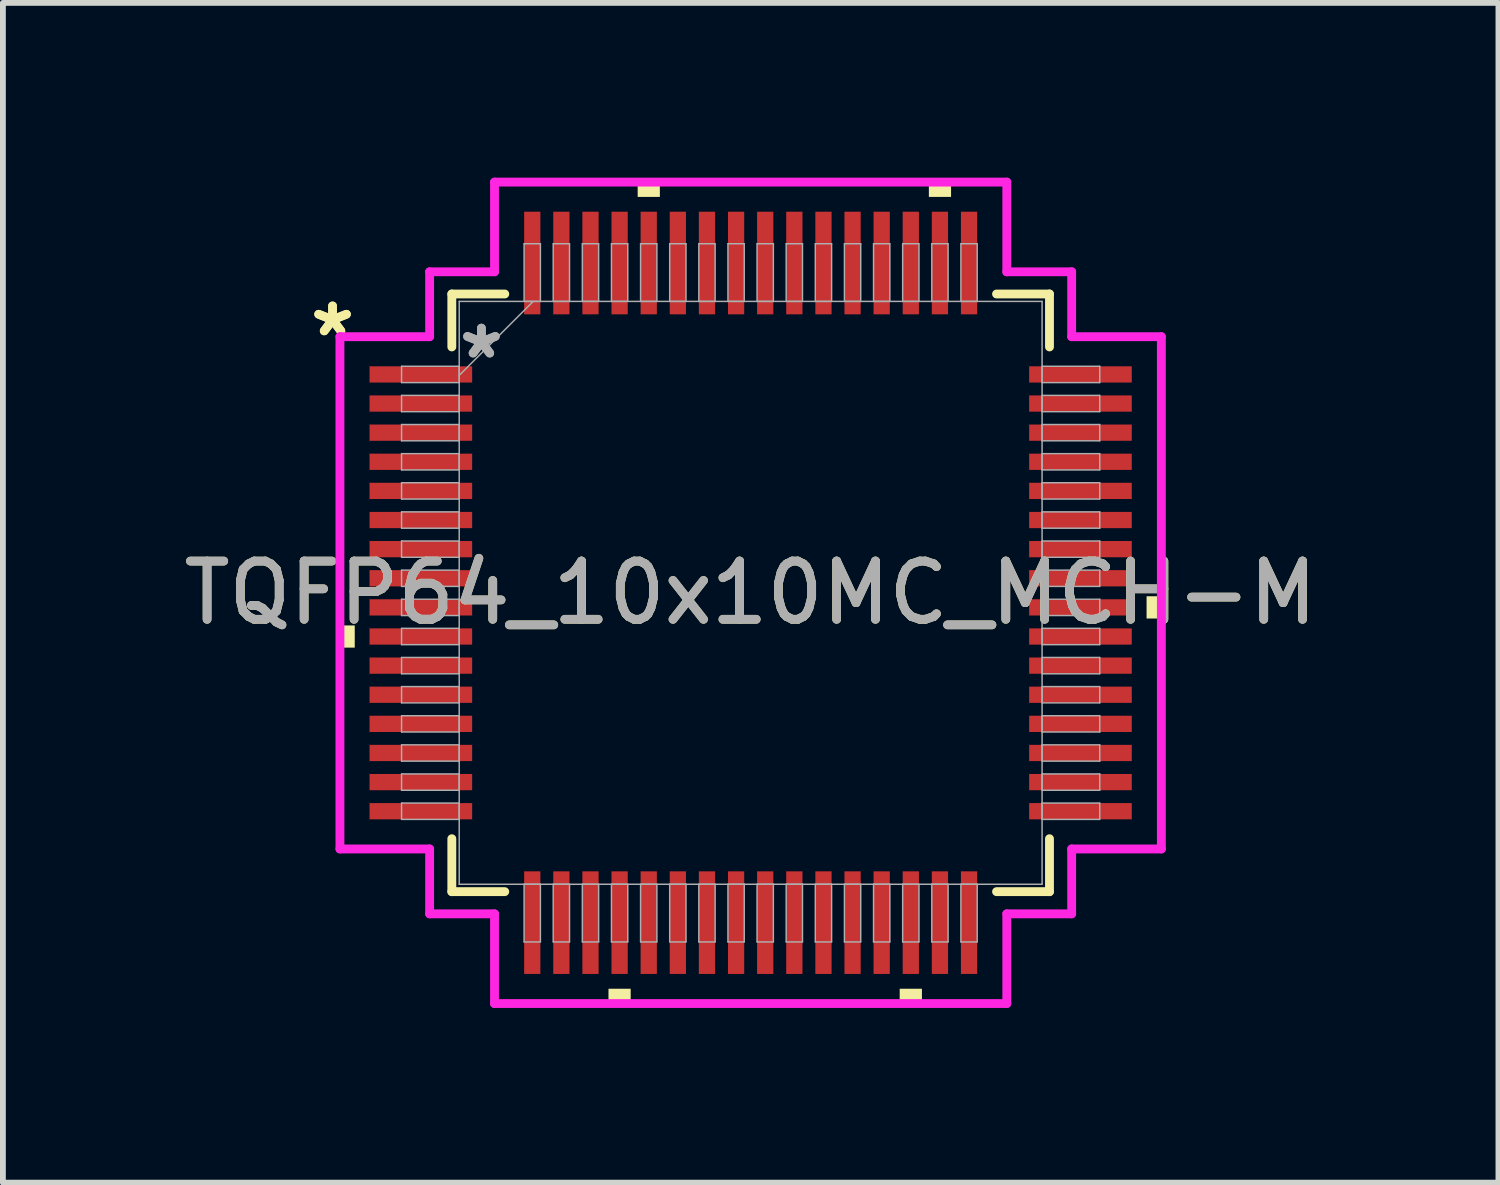
<source format=kicad_pcb>
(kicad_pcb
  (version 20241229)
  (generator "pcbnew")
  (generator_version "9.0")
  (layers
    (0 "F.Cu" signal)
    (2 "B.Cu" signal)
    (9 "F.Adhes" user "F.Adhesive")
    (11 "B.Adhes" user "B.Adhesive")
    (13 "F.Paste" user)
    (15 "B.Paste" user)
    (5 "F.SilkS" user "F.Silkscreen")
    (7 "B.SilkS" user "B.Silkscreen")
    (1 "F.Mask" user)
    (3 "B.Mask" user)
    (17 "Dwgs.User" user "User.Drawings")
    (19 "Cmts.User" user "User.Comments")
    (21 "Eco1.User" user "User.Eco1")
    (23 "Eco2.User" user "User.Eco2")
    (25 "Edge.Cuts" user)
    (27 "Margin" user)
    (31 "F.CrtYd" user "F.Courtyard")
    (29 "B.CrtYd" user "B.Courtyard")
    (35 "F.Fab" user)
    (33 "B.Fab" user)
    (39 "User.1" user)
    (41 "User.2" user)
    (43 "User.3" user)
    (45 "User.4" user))
  (footprint "TQFP64_10x10MC_MCH-M"
    (layer "F.Cu")
    (at 9.839 7.129)
    (property "Reference" "TQFP64_10x10MC_MCH-M" (at 0 0 0) (unlocked yes) (layer "F.SilkS") (effects (font (size 1 1) (thickness 0.15))))
    (attr smd)
    (fp_line (start -5.131 -5.131) (end -5.131 -4.222) (stroke (width 0.152) (type solid)) (layer "F.SilkS"))
    (fp_line (start -5.131 4.222) (end -5.131 5.131) (stroke (width 0.152) (type solid)) (layer "F.SilkS"))
    (fp_line (start -5.131 5.131) (end -4.222 5.131) (stroke (width 0.152) (type solid)) (layer "F.SilkS"))
    (fp_line (start -4.222 -5.131) (end -5.131 -5.131) (stroke (width 0.152) (type solid)) (layer "F.SilkS"))
    (fp_line (start 4.222 5.131) (end 5.131 5.131) (stroke (width 0.152) (type solid)) (layer "F.SilkS"))
    (fp_line (start 5.131 -5.131) (end 4.222 -5.131) (stroke (width 0.152) (type solid)) (layer "F.SilkS"))
    (fp_line (start 5.131 -4.222) (end 5.131 -5.131) (stroke (width 0.152) (type solid)) (layer "F.SilkS"))
    (fp_line (start 5.131 5.131) (end 5.131 4.222) (stroke (width 0.152) (type solid)) (layer "F.SilkS"))
    (fp_poly (pts (xy -7.052 0.56) (xy -7.052 0.941) (xy -6.798 0.941) (xy -6.798 0.56)) (stroke (width 0) (type solid)) (fill yes) (layer "F.SilkS"))
    (fp_poly (pts (xy -2.441 6.798) (xy -2.441 7.052) (xy -2.06 7.052) (xy -2.06 6.798)) (stroke (width 0) (type solid)) (fill yes) (layer "F.SilkS"))
    (fp_poly (pts (xy -1.94 -6.798) (xy -1.94 -7.052) (xy -1.559 -7.052) (xy -1.559 -6.798)) (stroke (width 0) (type solid)) (fill yes) (layer "F.SilkS"))
    (fp_poly (pts (xy 2.559 6.798) (xy 2.559 7.052) (xy 2.941 7.052) (xy 2.941 6.798)) (stroke (width 0) (type solid)) (fill yes) (layer "F.SilkS"))
    (fp_poly (pts (xy 3.06 -6.798) (xy 3.06 -7.052) (xy 3.441 -7.052) (xy 3.441 -6.798)) (stroke (width 0) (type solid)) (fill yes) (layer "F.SilkS"))
    (fp_poly (pts (xy 7.052 0.059) (xy 7.052 0.441) (xy 6.798 0.441) (xy 6.798 0.059)) (stroke (width 0) (type solid)) (fill yes) (layer "F.SilkS"))
    (fp_line (start -7.052 -4.398) (end -5.512 -4.398) (stroke (width 0.152) (type solid)) (layer "F.CrtYd"))
    (fp_line (start -7.052 4.398) (end -7.052 -4.398) (stroke (width 0.152) (type solid)) (layer "F.CrtYd"))
    (fp_line (start -5.512 -5.512) (end -4.398 -5.512) (stroke (width 0.152) (type solid)) (layer "F.CrtYd"))
    (fp_line (start -5.512 -4.398) (end -5.512 -5.512) (stroke (width 0.152) (type solid)) (layer "F.CrtYd"))
    (fp_line (start -5.512 4.398) (end -7.052 4.398) (stroke (width 0.152) (type solid)) (layer "F.CrtYd"))
    (fp_line (start -5.512 5.512) (end -5.512 4.398) (stroke (width 0.152) (type solid)) (layer "F.CrtYd"))
    (fp_line (start -5.512 5.512) (end -4.398 5.512) (stroke (width 0.152) (type solid)) (layer "F.CrtYd"))
    (fp_line (start -4.398 -7.052) (end 4.398 -7.052) (stroke (width 0.152) (type solid)) (layer "F.CrtYd"))
    (fp_line (start -4.398 -5.512) (end -4.398 -7.052) (stroke (width 0.152) (type solid)) (layer "F.CrtYd"))
    (fp_line (start -4.398 5.512) (end -4.398 7.052) (stroke (width 0.152) (type solid)) (layer "F.CrtYd"))
    (fp_line (start -4.398 7.052) (end 4.398 7.052) (stroke (width 0.152) (type solid)) (layer "F.CrtYd"))
    (fp_line (start 4.398 -7.052) (end 4.398 -5.512) (stroke (width 0.152) (type solid)) (layer "F.CrtYd"))
    (fp_line (start 4.398 -5.512) (end 5.512 -5.512) (stroke (width 0.152) (type solid)) (layer "F.CrtYd"))
    (fp_line (start 4.398 5.512) (end 5.512 5.512) (stroke (width 0.152) (type solid)) (layer "F.CrtYd"))
    (fp_line (start 4.398 7.052) (end 4.398 5.512) (stroke (width 0.152) (type solid)) (layer "F.CrtYd"))
    (fp_line (start 5.512 -4.398) (end 5.512 -5.512) (stroke (width 0.152) (type solid)) (layer "F.CrtYd"))
    (fp_line (start 5.512 4.398) (end 7.052 4.398) (stroke (width 0.152) (type solid)) (layer "F.CrtYd"))
    (fp_line (start 5.512 5.512) (end 5.512 4.398) (stroke (width 0.152) (type solid)) (layer "F.CrtYd"))
    (fp_line (start 7.052 -4.398) (end 5.512 -4.398) (stroke (width 0.152) (type solid)) (layer "F.CrtYd"))
    (fp_line (start 7.052 4.398) (end 7.052 -4.398) (stroke (width 0.152) (type solid)) (layer "F.CrtYd"))
    (fp_line (start -5.994 -3.89) (end -5.994 -3.61) (stroke (width 0.025) (type solid)) (layer "F.Fab"))
    (fp_line (start -5.994 -3.61) (end -5.004 -3.61) (stroke (width 0.025) (type solid)) (layer "F.Fab"))
    (fp_line (start -5.994 -3.39) (end -5.994 -3.11) (stroke (width 0.025) (type solid)) (layer "F.Fab"))
    (fp_line (start -5.994 -3.11) (end -5.004 -3.11) (stroke (width 0.025) (type solid)) (layer "F.Fab"))
    (fp_line (start -5.994 -2.89) (end -5.994 -2.61) (stroke (width 0.025) (type solid)) (layer "F.Fab"))
    (fp_line (start -5.994 -2.61) (end -5.004 -2.61) (stroke (width 0.025) (type solid)) (layer "F.Fab"))
    (fp_line (start -5.994 -2.39) (end -5.994 -2.11) (stroke (width 0.025) (type solid)) (layer "F.Fab"))
    (fp_line (start -5.994 -2.11) (end -5.004 -2.11) (stroke (width 0.025) (type solid)) (layer "F.Fab"))
    (fp_line (start -5.994 -1.89) (end -5.994 -1.61) (stroke (width 0.025) (type solid)) (layer "F.Fab"))
    (fp_line (start -5.994 -1.61) (end -5.004 -1.61) (stroke (width 0.025) (type solid)) (layer "F.Fab"))
    (fp_line (start -5.994 -1.39) (end -5.994 -1.11) (stroke (width 0.025) (type solid)) (layer "F.Fab"))
    (fp_line (start -5.994 -1.11) (end -5.004 -1.11) (stroke (width 0.025) (type solid)) (layer "F.Fab"))
    (fp_line (start -5.994 -0.89) (end -5.994 -0.61) (stroke (width 0.025) (type solid)) (layer "F.Fab"))
    (fp_line (start -5.994 -0.61) (end -5.004 -0.61) (stroke (width 0.025) (type solid)) (layer "F.Fab"))
    (fp_line (start -5.994 -0.39) (end -5.994 -0.11) (stroke (width 0.025) (type solid)) (layer "F.Fab"))
    (fp_line (start -5.994 -0.11) (end -5.004 -0.11) (stroke (width 0.025) (type solid)) (layer "F.Fab"))
    (fp_line (start -5.994 0.11) (end -5.994 0.39) (stroke (width 0.025) (type solid)) (layer "F.Fab"))
    (fp_line (start -5.994 0.39) (end -5.004 0.39) (stroke (width 0.025) (type solid)) (layer "F.Fab"))
    (fp_line (start -5.994 0.61) (end -5.994 0.89) (stroke (width 0.025) (type solid)) (layer "F.Fab"))
    (fp_line (start -5.994 0.89) (end -5.004 0.89) (stroke (width 0.025) (type solid)) (layer "F.Fab"))
    (fp_line (start -5.994 1.11) (end -5.994 1.39) (stroke (width 0.025) (type solid)) (layer "F.Fab"))
    (fp_line (start -5.994 1.39) (end -5.004 1.39) (stroke (width 0.025) (type solid)) (layer "F.Fab"))
    (fp_line (start -5.994 1.61) (end -5.994 1.89) (stroke (width 0.025) (type solid)) (layer "F.Fab"))
    (fp_line (start -5.994 1.89) (end -5.004 1.89) (stroke (width 0.025) (type solid)) (layer "F.Fab"))
    (fp_line (start -5.994 2.11) (end -5.994 2.39) (stroke (width 0.025) (type solid)) (layer "F.Fab"))
    (fp_line (start -5.994 2.39) (end -5.004 2.39) (stroke (width 0.025) (type solid)) (layer "F.Fab"))
    (fp_line (start -5.994 2.61) (end -5.994 2.89) (stroke (width 0.025) (type solid)) (layer "F.Fab"))
    (fp_line (start -5.994 2.89) (end -5.004 2.89) (stroke (width 0.025) (type solid)) (layer "F.Fab"))
    (fp_line (start -5.994 3.11) (end -5.994 3.39) (stroke (width 0.025) (type solid)) (layer "F.Fab"))
    (fp_line (start -5.994 3.39) (end -5.004 3.39) (stroke (width 0.025) (type solid)) (layer "F.Fab"))
    (fp_line (start -5.994 3.61) (end -5.994 3.89) (stroke (width 0.025) (type solid)) (layer "F.Fab"))
    (fp_line (start -5.994 3.89) (end -5.004 3.89) (stroke (width 0.025) (type solid)) (layer "F.Fab"))
    (fp_line (start -5.004 -5.004) (end -5.004 5.004) (stroke (width 0.025) (type solid)) (layer "F.Fab"))
    (fp_line (start -5.004 -3.89) (end -5.994 -3.89) (stroke (width 0.025) (type solid)) (layer "F.Fab"))
    (fp_line (start -5.004 -3.734) (end -3.734 -5.004) (stroke (width 0.025) (type solid)) (layer "F.Fab"))
    (fp_line (start -5.004 -3.61) (end -5.004 -3.89) (stroke (width 0.025) (type solid)) (layer "F.Fab"))
    (fp_line (start -5.004 -3.39) (end -5.994 -3.39) (stroke (width 0.025) (type solid)) (layer "F.Fab"))
    (fp_line (start -5.004 -3.11) (end -5.004 -3.39) (stroke (width 0.025) (type solid)) (layer "F.Fab"))
    (fp_line (start -5.004 -2.89) (end -5.994 -2.89) (stroke (width 0.025) (type solid)) (layer "F.Fab"))
    (fp_line (start -5.004 -2.61) (end -5.004 -2.89) (stroke (width 0.025) (type solid)) (layer "F.Fab"))
    (fp_line (start -5.004 -2.39) (end -5.994 -2.39) (stroke (width 0.025) (type solid)) (layer "F.Fab"))
    (fp_line (start -5.004 -2.11) (end -5.004 -2.39) (stroke (width 0.025) (type solid)) (layer "F.Fab"))
    (fp_line (start -5.004 -1.89) (end -5.994 -1.89) (stroke (width 0.025) (type solid)) (layer "F.Fab"))
    (fp_line (start -5.004 -1.61) (end -5.004 -1.89) (stroke (width 0.025) (type solid)) (layer "F.Fab"))
    (fp_line (start -5.004 -1.39) (end -5.994 -1.39) (stroke (width 0.025) (type solid)) (layer "F.Fab"))
    (fp_line (start -5.004 -1.11) (end -5.004 -1.39) (stroke (width 0.025) (type solid)) (layer "F.Fab"))
    (fp_line (start -5.004 -0.89) (end -5.994 -0.89) (stroke (width 0.025) (type solid)) (layer "F.Fab"))
    (fp_line (start -5.004 -0.61) (end -5.004 -0.89) (stroke (width 0.025) (type solid)) (layer "F.Fab"))
    (fp_line (start -5.004 -0.39) (end -5.994 -0.39) (stroke (width 0.025) (type solid)) (layer "F.Fab"))
    (fp_line (start -5.004 -0.11) (end -5.004 -0.39) (stroke (width 0.025) (type solid)) (layer "F.Fab"))
    (fp_line (start -5.004 0.11) (end -5.994 0.11) (stroke (width 0.025) (type solid)) (layer "F.Fab"))
    (fp_line (start -5.004 0.39) (end -5.004 0.11) (stroke (width 0.025) (type solid)) (layer "F.Fab"))
    (fp_line (start -5.004 0.61) (end -5.994 0.61) (stroke (width 0.025) (type solid)) (layer "F.Fab"))
    (fp_line (start -5.004 0.89) (end -5.004 0.61) (stroke (width 0.025) (type solid)) (layer "F.Fab"))
    (fp_line (start -5.004 1.11) (end -5.994 1.11) (stroke (width 0.025) (type solid)) (layer "F.Fab"))
    (fp_line (start -5.004 1.39) (end -5.004 1.11) (stroke (width 0.025) (type solid)) (layer "F.Fab"))
    (fp_line (start -5.004 1.61) (end -5.994 1.61) (stroke (width 0.025) (type solid)) (layer "F.Fab"))
    (fp_line (start -5.004 1.89) (end -5.004 1.61) (stroke (width 0.025) (type solid)) (layer "F.Fab"))
    (fp_line (start -5.004 2.11) (end -5.994 2.11) (stroke (width 0.025) (type solid)) (layer "F.Fab"))
    (fp_line (start -5.004 2.39) (end -5.004 2.11) (stroke (width 0.025) (type solid)) (layer "F.Fab"))
    (fp_line (start -5.004 2.61) (end -5.994 2.61) (stroke (width 0.025) (type solid)) (layer "F.Fab"))
    (fp_line (start -5.004 2.89) (end -5.004 2.61) (stroke (width 0.025) (type solid)) (layer "F.Fab"))
    (fp_line (start -5.004 3.11) (end -5.994 3.11) (stroke (width 0.025) (type solid)) (layer "F.Fab"))
    (fp_line (start -5.004 3.39) (end -5.004 3.11) (stroke (width 0.025) (type solid)) (layer "F.Fab"))
    (fp_line (start -5.004 3.61) (end -5.994 3.61) (stroke (width 0.025) (type solid)) (layer "F.Fab"))
    (fp_line (start -5.004 3.89) (end -5.004 3.61) (stroke (width 0.025) (type solid)) (layer "F.Fab"))
    (fp_line (start -5.004 5.004) (end 5.004 5.004) (stroke (width 0.025) (type solid)) (layer "F.Fab"))
    (fp_line (start -3.89 -5.994) (end -3.89 -5.004) (stroke (width 0.025) (type solid)) (layer "F.Fab"))
    (fp_line (start -3.89 -5.004) (end -3.61 -5.004) (stroke (width 0.025) (type solid)) (layer "F.Fab"))
    (fp_line (start -3.89 5.004) (end -3.89 5.994) (stroke (width 0.025) (type solid)) (layer "F.Fab"))
    (fp_line (start -3.89 5.994) (end -3.61 5.994) (stroke (width 0.025) (type solid)) (layer "F.Fab"))
    (fp_line (start -3.61 -5.994) (end -3.89 -5.994) (stroke (width 0.025) (type solid)) (layer "F.Fab"))
    (fp_line (start -3.61 -5.004) (end -3.61 -5.994) (stroke (width 0.025) (type solid)) (layer "F.Fab"))
    (fp_line (start -3.61 5.004) (end -3.89 5.004) (stroke (width 0.025) (type solid)) (layer "F.Fab"))
    (fp_line (start -3.61 5.994) (end -3.61 5.004) (stroke (width 0.025) (type solid)) (layer "F.Fab"))
    (fp_line (start -3.39 -5.994) (end -3.39 -5.004) (stroke (width 0.025) (type solid)) (layer "F.Fab"))
    (fp_line (start -3.39 -5.004) (end -3.11 -5.004) (stroke (width 0.025) (type solid)) (layer "F.Fab"))
    (fp_line (start -3.39 5.004) (end -3.39 5.994) (stroke (width 0.025) (type solid)) (layer "F.Fab"))
    (fp_line (start -3.39 5.994) (end -3.11 5.994) (stroke (width 0.025) (type solid)) (layer "F.Fab"))
    (fp_line (start -3.11 -5.994) (end -3.39 -5.994) (stroke (width 0.025) (type solid)) (layer "F.Fab"))
    (fp_line (start -3.11 -5.004) (end -3.11 -5.994) (stroke (width 0.025) (type solid)) (layer "F.Fab"))
    (fp_line (start -3.11 5.004) (end -3.39 5.004) (stroke (width 0.025) (type solid)) (layer "F.Fab"))
    (fp_line (start -3.11 5.994) (end -3.11 5.004) (stroke (width 0.025) (type solid)) (layer "F.Fab"))
    (fp_line (start -2.89 -5.994) (end -2.89 -5.004) (stroke (width 0.025) (type solid)) (layer "F.Fab"))
    (fp_line (start -2.89 -5.004) (end -2.61 -5.004) (stroke (width 0.025) (type solid)) (layer "F.Fab"))
    (fp_line (start -2.89 5.004) (end -2.89 5.994) (stroke (width 0.025) (type solid)) (layer "F.Fab"))
    (fp_line (start -2.89 5.994) (end -2.61 5.994) (stroke (width 0.025) (type solid)) (layer "F.Fab"))
    (fp_line (start -2.61 -5.994) (end -2.89 -5.994) (stroke (width 0.025) (type solid)) (layer "F.Fab"))
    (fp_line (start -2.61 -5.004) (end -2.61 -5.994) (stroke (width 0.025) (type solid)) (layer "F.Fab"))
    (fp_line (start -2.61 5.004) (end -2.89 5.004) (stroke (width 0.025) (type solid)) (layer "F.Fab"))
    (fp_line (start -2.61 5.994) (end -2.61 5.004) (stroke (width 0.025) (type solid)) (layer "F.Fab"))
    (fp_line (start -2.39 -5.994) (end -2.39 -5.004) (stroke (width 0.025) (type solid)) (layer "F.Fab"))
    (fp_line (start -2.39 -5.004) (end -2.11 -5.004) (stroke (width 0.025) (type solid)) (layer "F.Fab"))
    (fp_line (start -2.39 5.004) (end -2.39 5.994) (stroke (width 0.025) (type solid)) (layer "F.Fab"))
    (fp_line (start -2.39 5.994) (end -2.11 5.994) (stroke (width 0.025) (type solid)) (layer "F.Fab"))
    (fp_line (start -2.11 -5.994) (end -2.39 -5.994) (stroke (width 0.025) (type solid)) (layer "F.Fab"))
    (fp_line (start -2.11 -5.004) (end -2.11 -5.994) (stroke (width 0.025) (type solid)) (layer "F.Fab"))
    (fp_line (start -2.11 5.004) (end -2.39 5.004) (stroke (width 0.025) (type solid)) (layer "F.Fab"))
    (fp_line (start -2.11 5.994) (end -2.11 5.004) (stroke (width 0.025) (type solid)) (layer "F.Fab"))
    (fp_line (start -1.89 -5.994) (end -1.89 -5.004) (stroke (width 0.025) (type solid)) (layer "F.Fab"))
    (fp_line (start -1.89 -5.004) (end -1.61 -5.004) (stroke (width 0.025) (type solid)) (layer "F.Fab"))
    (fp_line (start -1.89 5.004) (end -1.89 5.994) (stroke (width 0.025) (type solid)) (layer "F.Fab"))
    (fp_line (start -1.89 5.994) (end -1.61 5.994) (stroke (width 0.025) (type solid)) (layer "F.Fab"))
    (fp_line (start -1.61 -5.994) (end -1.89 -5.994) (stroke (width 0.025) (type solid)) (layer "F.Fab"))
    (fp_line (start -1.61 -5.004) (end -1.61 -5.994) (stroke (width 0.025) (type solid)) (layer "F.Fab"))
    (fp_line (start -1.61 5.004) (end -1.89 5.004) (stroke (width 0.025) (type solid)) (layer "F.Fab"))
    (fp_line (start -1.61 5.994) (end -1.61 5.004) (stroke (width 0.025) (type solid)) (layer "F.Fab"))
    (fp_line (start -1.39 -5.994) (end -1.39 -5.004) (stroke (width 0.025) (type solid)) (layer "F.Fab"))
    (fp_line (start -1.39 -5.004) (end -1.11 -5.004) (stroke (width 0.025) (type solid)) (layer "F.Fab"))
    (fp_line (start -1.39 5.004) (end -1.39 5.994) (stroke (width 0.025) (type solid)) (layer "F.Fab"))
    (fp_line (start -1.39 5.994) (end -1.11 5.994) (stroke (width 0.025) (type solid)) (layer "F.Fab"))
    (fp_line (start -1.11 -5.994) (end -1.39 -5.994) (stroke (width 0.025) (type solid)) (layer "F.Fab"))
    (fp_line (start -1.11 -5.004) (end -1.11 -5.994) (stroke (width 0.025) (type solid)) (layer "F.Fab"))
    (fp_line (start -1.11 5.004) (end -1.39 5.004) (stroke (width 0.025) (type solid)) (layer "F.Fab"))
    (fp_line (start -1.11 5.994) (end -1.11 5.004) (stroke (width 0.025) (type solid)) (layer "F.Fab"))
    (fp_line (start -0.89 -5.994) (end -0.89 -5.004) (stroke (width 0.025) (type solid)) (layer "F.Fab"))
    (fp_line (start -0.89 -5.004) (end -0.61 -5.004) (stroke (width 0.025) (type solid)) (layer "F.Fab"))
    (fp_line (start -0.89 5.004) (end -0.89 5.994) (stroke (width 0.025) (type solid)) (layer "F.Fab"))
    (fp_line (start -0.89 5.994) (end -0.61 5.994) (stroke (width 0.025) (type solid)) (layer "F.Fab"))
    (fp_line (start -0.61 -5.994) (end -0.89 -5.994) (stroke (width 0.025) (type solid)) (layer "F.Fab"))
    (fp_line (start -0.61 -5.004) (end -0.61 -5.994) (stroke (width 0.025) (type solid)) (layer "F.Fab"))
    (fp_line (start -0.61 5.004) (end -0.89 5.004) (stroke (width 0.025) (type solid)) (layer "F.Fab"))
    (fp_line (start -0.61 5.994) (end -0.61 5.004) (stroke (width 0.025) (type solid)) (layer "F.Fab"))
    (fp_line (start -0.39 -5.994) (end -0.39 -5.004) (stroke (width 0.025) (type solid)) (layer "F.Fab"))
    (fp_line (start -0.39 -5.004) (end -0.11 -5.004) (stroke (width 0.025) (type solid)) (layer "F.Fab"))
    (fp_line (start -0.39 5.004) (end -0.39 5.994) (stroke (width 0.025) (type solid)) (layer "F.Fab"))
    (fp_line (start -0.39 5.994) (end -0.11 5.994) (stroke (width 0.025) (type solid)) (layer "F.Fab"))
    (fp_line (start -0.11 -5.994) (end -0.39 -5.994) (stroke (width 0.025) (type solid)) (layer "F.Fab"))
    (fp_line (start -0.11 -5.004) (end -0.11 -5.994) (stroke (width 0.025) (type solid)) (layer "F.Fab"))
    (fp_line (start -0.11 5.004) (end -0.39 5.004) (stroke (width 0.025) (type solid)) (layer "F.Fab"))
    (fp_line (start -0.11 5.994) (end -0.11 5.004) (stroke (width 0.025) (type solid)) (layer "F.Fab"))
    (fp_line (start 0.11 -5.994) (end 0.11 -5.004) (stroke (width 0.025) (type solid)) (layer "F.Fab"))
    (fp_line (start 0.11 -5.004) (end 0.39 -5.004) (stroke (width 0.025) (type solid)) (layer "F.Fab"))
    (fp_line (start 0.11 5.004) (end 0.11 5.994) (stroke (width 0.025) (type solid)) (layer "F.Fab"))
    (fp_line (start 0.11 5.994) (end 0.39 5.994) (stroke (width 0.025) (type solid)) (layer "F.Fab"))
    (fp_line (start 0.39 -5.994) (end 0.11 -5.994) (stroke (width 0.025) (type solid)) (layer "F.Fab"))
    (fp_line (start 0.39 -5.004) (end 0.39 -5.994) (stroke (width 0.025) (type solid)) (layer "F.Fab"))
    (fp_line (start 0.39 5.004) (end 0.11 5.004) (stroke (width 0.025) (type solid)) (layer "F.Fab"))
    (fp_line (start 0.39 5.994) (end 0.39 5.004) (stroke (width 0.025) (type solid)) (layer "F.Fab"))
    (fp_line (start 0.61 -5.994) (end 0.61 -5.004) (stroke (width 0.025) (type solid)) (layer "F.Fab"))
    (fp_line (start 0.61 -5.004) (end 0.89 -5.004) (stroke (width 0.025) (type solid)) (layer "F.Fab"))
    (fp_line (start 0.61 5.004) (end 0.61 5.994) (stroke (width 0.025) (type solid)) (layer "F.Fab"))
    (fp_line (start 0.61 5.994) (end 0.89 5.994) (stroke (width 0.025) (type solid)) (layer "F.Fab"))
    (fp_line (start 0.89 -5.994) (end 0.61 -5.994) (stroke (width 0.025) (type solid)) (layer "F.Fab"))
    (fp_line (start 0.89 -5.004) (end 0.89 -5.994) (stroke (width 0.025) (type solid)) (layer "F.Fab"))
    (fp_line (start 0.89 5.004) (end 0.61 5.004) (stroke (width 0.025) (type solid)) (layer "F.Fab"))
    (fp_line (start 0.89 5.994) (end 0.89 5.004) (stroke (width 0.025) (type solid)) (layer "F.Fab"))
    (fp_line (start 1.11 -5.994) (end 1.11 -5.004) (stroke (width 0.025) (type solid)) (layer "F.Fab"))
    (fp_line (start 1.11 -5.004) (end 1.39 -5.004) (stroke (width 0.025) (type solid)) (layer "F.Fab"))
    (fp_line (start 1.11 5.004) (end 1.11 5.994) (stroke (width 0.025) (type solid)) (layer "F.Fab"))
    (fp_line (start 1.11 5.994) (end 1.39 5.994) (stroke (width 0.025) (type solid)) (layer "F.Fab"))
    (fp_line (start 1.39 -5.994) (end 1.11 -5.994) (stroke (width 0.025) (type solid)) (layer "F.Fab"))
    (fp_line (start 1.39 -5.004) (end 1.39 -5.994) (stroke (width 0.025) (type solid)) (layer "F.Fab"))
    (fp_line (start 1.39 5.004) (end 1.11 5.004) (stroke (width 0.025) (type solid)) (layer "F.Fab"))
    (fp_line (start 1.39 5.994) (end 1.39 5.004) (stroke (width 0.025) (type solid)) (layer "F.Fab"))
    (fp_line (start 1.61 -5.994) (end 1.61 -5.004) (stroke (width 0.025) (type solid)) (layer "F.Fab"))
    (fp_line (start 1.61 -5.004) (end 1.89 -5.004) (stroke (width 0.025) (type solid)) (layer "F.Fab"))
    (fp_line (start 1.61 5.004) (end 1.61 5.994) (stroke (width 0.025) (type solid)) (layer "F.Fab"))
    (fp_line (start 1.61 5.994) (end 1.89 5.994) (stroke (width 0.025) (type solid)) (layer "F.Fab"))
    (fp_line (start 1.89 -5.994) (end 1.61 -5.994) (stroke (width 0.025) (type solid)) (layer "F.Fab"))
    (fp_line (start 1.89 -5.004) (end 1.89 -5.994) (stroke (width 0.025) (type solid)) (layer "F.Fab"))
    (fp_line (start 1.89 5.004) (end 1.61 5.004) (stroke (width 0.025) (type solid)) (layer "F.Fab"))
    (fp_line (start 1.89 5.994) (end 1.89 5.004) (stroke (width 0.025) (type solid)) (layer "F.Fab"))
    (fp_line (start 2.11 -5.994) (end 2.11 -5.004) (stroke (width 0.025) (type solid)) (layer "F.Fab"))
    (fp_line (start 2.11 -5.004) (end 2.39 -5.004) (stroke (width 0.025) (type solid)) (layer "F.Fab"))
    (fp_line (start 2.11 5.004) (end 2.11 5.994) (stroke (width 0.025) (type solid)) (layer "F.Fab"))
    (fp_line (start 2.11 5.994) (end 2.39 5.994) (stroke (width 0.025) (type solid)) (layer "F.Fab"))
    (fp_line (start 2.39 -5.994) (end 2.11 -5.994) (stroke (width 0.025) (type solid)) (layer "F.Fab"))
    (fp_line (start 2.39 -5.004) (end 2.39 -5.994) (stroke (width 0.025) (type solid)) (layer "F.Fab"))
    (fp_line (start 2.39 5.004) (end 2.11 5.004) (stroke (width 0.025) (type solid)) (layer "F.Fab"))
    (fp_line (start 2.39 5.994) (end 2.39 5.004) (stroke (width 0.025) (type solid)) (layer "F.Fab"))
    (fp_line (start 2.61 -5.994) (end 2.61 -5.004) (stroke (width 0.025) (type solid)) (layer "F.Fab"))
    (fp_line (start 2.61 -5.004) (end 2.89 -5.004) (stroke (width 0.025) (type solid)) (layer "F.Fab"))
    (fp_line (start 2.61 5.004) (end 2.61 5.994) (stroke (width 0.025) (type solid)) (layer "F.Fab"))
    (fp_line (start 2.61 5.994) (end 2.89 5.994) (stroke (width 0.025) (type solid)) (layer "F.Fab"))
    (fp_line (start 2.89 -5.994) (end 2.61 -5.994) (stroke (width 0.025) (type solid)) (layer "F.Fab"))
    (fp_line (start 2.89 -5.004) (end 2.89 -5.994) (stroke (width 0.025) (type solid)) (layer "F.Fab"))
    (fp_line (start 2.89 5.004) (end 2.61 5.004) (stroke (width 0.025) (type solid)) (layer "F.Fab"))
    (fp_line (start 2.89 5.994) (end 2.89 5.004) (stroke (width 0.025) (type solid)) (layer "F.Fab"))
    (fp_line (start 3.11 -5.994) (end 3.11 -5.004) (stroke (width 0.025) (type solid)) (layer "F.Fab"))
    (fp_line (start 3.11 -5.004) (end 3.39 -5.004) (stroke (width 0.025) (type solid)) (layer "F.Fab"))
    (fp_line (start 3.11 5.004) (end 3.11 5.994) (stroke (width 0.025) (type solid)) (layer "F.Fab"))
    (fp_line (start 3.11 5.994) (end 3.39 5.994) (stroke (width 0.025) (type solid)) (layer "F.Fab"))
    (fp_line (start 3.39 -5.994) (end 3.11 -5.994) (stroke (width 0.025) (type solid)) (layer "F.Fab"))
    (fp_line (start 3.39 -5.004) (end 3.39 -5.994) (stroke (width 0.025) (type solid)) (layer "F.Fab"))
    (fp_line (start 3.39 5.004) (end 3.11 5.004) (stroke (width 0.025) (type solid)) (layer "F.Fab"))
    (fp_line (start 3.39 5.994) (end 3.39 5.004) (stroke (width 0.025) (type solid)) (layer "F.Fab"))
    (fp_line (start 3.61 -5.994) (end 3.61 -5.004) (stroke (width 0.025) (type solid)) (layer "F.Fab"))
    (fp_line (start 3.61 -5.004) (end 3.89 -5.004) (stroke (width 0.025) (type solid)) (layer "F.Fab"))
    (fp_line (start 3.61 5.004) (end 3.61 5.994) (stroke (width 0.025) (type solid)) (layer "F.Fab"))
    (fp_line (start 3.61 5.994) (end 3.89 5.994) (stroke (width 0.025) (type solid)) (layer "F.Fab"))
    (fp_line (start 3.89 -5.994) (end 3.61 -5.994) (stroke (width 0.025) (type solid)) (layer "F.Fab"))
    (fp_line (start 3.89 -5.004) (end 3.89 -5.994) (stroke (width 0.025) (type solid)) (layer "F.Fab"))
    (fp_line (start 3.89 5.004) (end 3.61 5.004) (stroke (width 0.025) (type solid)) (layer "F.Fab"))
    (fp_line (start 3.89 5.994) (end 3.89 5.004) (stroke (width 0.025) (type solid)) (layer "F.Fab"))
    (fp_line (start 5.004 -5.004) (end -5.004 -5.004) (stroke (width 0.025) (type solid)) (layer "F.Fab"))
    (fp_line (start 5.004 -3.89) (end 5.004 -3.61) (stroke (width 0.025) (type solid)) (layer "F.Fab"))
    (fp_line (start 5.004 -3.61) (end 5.994 -3.61) (stroke (width 0.025) (type solid)) (layer "F.Fab"))
    (fp_line (start 5.004 -3.39) (end 5.004 -3.11) (stroke (width 0.025) (type solid)) (layer "F.Fab"))
    (fp_line (start 5.004 -3.11) (end 5.994 -3.11) (stroke (width 0.025) (type solid)) (layer "F.Fab"))
    (fp_line (start 5.004 -2.89) (end 5.004 -2.61) (stroke (width 0.025) (type solid)) (layer "F.Fab"))
    (fp_line (start 5.004 -2.61) (end 5.994 -2.61) (stroke (width 0.025) (type solid)) (layer "F.Fab"))
    (fp_line (start 5.004 -2.39) (end 5.004 -2.11) (stroke (width 0.025) (type solid)) (layer "F.Fab"))
    (fp_line (start 5.004 -2.11) (end 5.994 -2.11) (stroke (width 0.025) (type solid)) (layer "F.Fab"))
    (fp_line (start 5.004 -1.89) (end 5.004 -1.61) (stroke (width 0.025) (type solid)) (layer "F.Fab"))
    (fp_line (start 5.004 -1.61) (end 5.994 -1.61) (stroke (width 0.025) (type solid)) (layer "F.Fab"))
    (fp_line (start 5.004 -1.39) (end 5.004 -1.11) (stroke (width 0.025) (type solid)) (layer "F.Fab"))
    (fp_line (start 5.004 -1.11) (end 5.994 -1.11) (stroke (width 0.025) (type solid)) (layer "F.Fab"))
    (fp_line (start 5.004 -0.89) (end 5.004 -0.61) (stroke (width 0.025) (type solid)) (layer "F.Fab"))
    (fp_line (start 5.004 -0.61) (end 5.994 -0.61) (stroke (width 0.025) (type solid)) (layer "F.Fab"))
    (fp_line (start 5.004 -0.39) (end 5.004 -0.11) (stroke (width 0.025) (type solid)) (layer "F.Fab"))
    (fp_line (start 5.004 -0.11) (end 5.994 -0.11) (stroke (width 0.025) (type solid)) (layer "F.Fab"))
    (fp_line (start 5.004 0.11) (end 5.004 0.39) (stroke (width 0.025) (type solid)) (layer "F.Fab"))
    (fp_line (start 5.004 0.39) (end 5.994 0.39) (stroke (width 0.025) (type solid)) (layer "F.Fab"))
    (fp_line (start 5.004 0.61) (end 5.004 0.89) (stroke (width 0.025) (type solid)) (layer "F.Fab"))
    (fp_line (start 5.004 0.89) (end 5.994 0.89) (stroke (width 0.025) (type solid)) (layer "F.Fab"))
    (fp_line (start 5.004 1.11) (end 5.004 1.39) (stroke (width 0.025) (type solid)) (layer "F.Fab"))
    (fp_line (start 5.004 1.39) (end 5.994 1.39) (stroke (width 0.025) (type solid)) (layer "F.Fab"))
    (fp_line (start 5.004 1.61) (end 5.004 1.89) (stroke (width 0.025) (type solid)) (layer "F.Fab"))
    (fp_line (start 5.004 1.89) (end 5.994 1.89) (stroke (width 0.025) (type solid)) (layer "F.Fab"))
    (fp_line (start 5.004 2.11) (end 5.004 2.39) (stroke (width 0.025) (type solid)) (layer "F.Fab"))
    (fp_line (start 5.004 2.39) (end 5.994 2.39) (stroke (width 0.025) (type solid)) (layer "F.Fab"))
    (fp_line (start 5.004 2.61) (end 5.004 2.89) (stroke (width 0.025) (type solid)) (layer "F.Fab"))
    (fp_line (start 5.004 2.89) (end 5.994 2.89) (stroke (width 0.025) (type solid)) (layer "F.Fab"))
    (fp_line (start 5.004 3.11) (end 5.004 3.39) (stroke (width 0.025) (type solid)) (layer "F.Fab"))
    (fp_line (start 5.004 3.39) (end 5.994 3.39) (stroke (width 0.025) (type solid)) (layer "F.Fab"))
    (fp_line (start 5.004 3.61) (end 5.004 3.89) (stroke (width 0.025) (type solid)) (layer "F.Fab"))
    (fp_line (start 5.004 3.89) (end 5.994 3.89) (stroke (width 0.025) (type solid)) (layer "F.Fab"))
    (fp_line (start 5.004 5.004) (end 5.004 -5.004) (stroke (width 0.025) (type solid)) (layer "F.Fab"))
    (fp_line (start 5.994 -3.89) (end 5.004 -3.89) (stroke (width 0.025) (type solid)) (layer "F.Fab"))
    (fp_line (start 5.994 -3.61) (end 5.994 -3.89) (stroke (width 0.025) (type solid)) (layer "F.Fab"))
    (fp_line (start 5.994 -3.39) (end 5.004 -3.39) (stroke (width 0.025) (type solid)) (layer "F.Fab"))
    (fp_line (start 5.994 -3.11) (end 5.994 -3.39) (stroke (width 0.025) (type solid)) (layer "F.Fab"))
    (fp_line (start 5.994 -2.89) (end 5.004 -2.89) (stroke (width 0.025) (type solid)) (layer "F.Fab"))
    (fp_line (start 5.994 -2.61) (end 5.994 -2.89) (stroke (width 0.025) (type solid)) (layer "F.Fab"))
    (fp_line (start 5.994 -2.39) (end 5.004 -2.39) (stroke (width 0.025) (type solid)) (layer "F.Fab"))
    (fp_line (start 5.994 -2.11) (end 5.994 -2.39) (stroke (width 0.025) (type solid)) (layer "F.Fab"))
    (fp_line (start 5.994 -1.89) (end 5.004 -1.89) (stroke (width 0.025) (type solid)) (layer "F.Fab"))
    (fp_line (start 5.994 -1.61) (end 5.994 -1.89) (stroke (width 0.025) (type solid)) (layer "F.Fab"))
    (fp_line (start 5.994 -1.39) (end 5.004 -1.39) (stroke (width 0.025) (type solid)) (layer "F.Fab"))
    (fp_line (start 5.994 -1.11) (end 5.994 -1.39) (stroke (width 0.025) (type solid)) (layer "F.Fab"))
    (fp_line (start 5.994 -0.89) (end 5.004 -0.89) (stroke (width 0.025) (type solid)) (layer "F.Fab"))
    (fp_line (start 5.994 -0.61) (end 5.994 -0.89) (stroke (width 0.025) (type solid)) (layer "F.Fab"))
    (fp_line (start 5.994 -0.39) (end 5.004 -0.39) (stroke (width 0.025) (type solid)) (layer "F.Fab"))
    (fp_line (start 5.994 -0.11) (end 5.994 -0.39) (stroke (width 0.025) (type solid)) (layer "F.Fab"))
    (fp_line (start 5.994 0.11) (end 5.004 0.11) (stroke (width 0.025) (type solid)) (layer "F.Fab"))
    (fp_line (start 5.994 0.39) (end 5.994 0.11) (stroke (width 0.025) (type solid)) (layer "F.Fab"))
    (fp_line (start 5.994 0.61) (end 5.004 0.61) (stroke (width 0.025) (type solid)) (layer "F.Fab"))
    (fp_line (start 5.994 0.89) (end 5.994 0.61) (stroke (width 0.025) (type solid)) (layer "F.Fab"))
    (fp_line (start 5.994 1.11) (end 5.004 1.11) (stroke (width 0.025) (type solid)) (layer "F.Fab"))
    (fp_line (start 5.994 1.39) (end 5.994 1.11) (stroke (width 0.025) (type solid)) (layer "F.Fab"))
    (fp_line (start 5.994 1.61) (end 5.004 1.61) (stroke (width 0.025) (type solid)) (layer "F.Fab"))
    (fp_line (start 5.994 1.89) (end 5.994 1.61) (stroke (width 0.025) (type solid)) (layer "F.Fab"))
    (fp_line (start 5.994 2.11) (end 5.004 2.11) (stroke (width 0.025) (type solid)) (layer "F.Fab"))
    (fp_line (start 5.994 2.39) (end 5.994 2.11) (stroke (width 0.025) (type solid)) (layer "F.Fab"))
    (fp_line (start 5.994 2.61) (end 5.004 2.61) (stroke (width 0.025) (type solid)) (layer "F.Fab"))
    (fp_line (start 5.994 2.89) (end 5.994 2.61) (stroke (width 0.025) (type solid)) (layer "F.Fab"))
    (fp_line (start 5.994 3.11) (end 5.004 3.11) (stroke (width 0.025) (type solid)) (layer "F.Fab"))
    (fp_line (start 5.994 3.39) (end 5.994 3.11) (stroke (width 0.025) (type solid)) (layer "F.Fab"))
    (fp_line (start 5.994 3.61) (end 5.004 3.61) (stroke (width 0.025) (type solid)) (layer "F.Fab"))
    (fp_line (start 5.994 3.89) (end 5.994 3.61) (stroke (width 0.025) (type solid)) (layer "F.Fab"))
    (fp_text user "*" (at -7.179 -4.381 0) (layer "F.SilkS") (effects (font (size 1 1) (thickness 0.15))))
    (fp_text user "*" (at -7.179 -4.381 0) (unlocked yes) (layer "F.SilkS") (effects (font (size 1 1) (thickness 0.15))))
    (fp_text user "${REFERENCE}" (at 0 0 0) (unlocked yes) (layer "F.Fab") (effects (font (size 1 1) (thickness 0.15))))
    (fp_text user "*" (at -4.623 -4 0) (layer "F.Fab") (effects (font (size 1 1) (thickness 0.15))))
    (fp_text user "*" (at -4.623 -4 0) (unlocked yes) (layer "F.Fab") (effects (font (size 1 1) (thickness 0.15))))
    (pad "1" smd rect (at -5.663 -3.75 90) (size 0.279 1.762) (layers "F.Cu" "F.Mask" "F.Paste"))
    (pad "2" smd rect (at -5.663 -3.25 90) (size 0.279 1.762) (layers "F.Cu" "F.Mask" "F.Paste"))
    (pad "3" smd rect (at -5.663 -2.75 90) (size 0.279 1.762) (layers "F.Cu" "F.Mask" "F.Paste"))
    (pad "4" smd rect (at -5.663 -2.25 90) (size 0.279 1.762) (layers "F.Cu" "F.Mask" "F.Paste"))
    (pad "5" smd rect (at -5.663 -1.75 90) (size 0.279 1.762) (layers "F.Cu" "F.Mask" "F.Paste"))
    (pad "6" smd rect (at -5.663 -1.25 90) (size 0.279 1.762) (layers "F.Cu" "F.Mask" "F.Paste"))
    (pad "7" smd rect (at -5.663 -0.75 90) (size 0.279 1.762) (layers "F.Cu" "F.Mask" "F.Paste"))
    (pad "8" smd rect (at -5.663 -0.25 90) (size 0.279 1.762) (layers "F.Cu" "F.Mask" "F.Paste"))
    (pad "9" smd rect (at -5.663 0.25 90) (size 0.279 1.762) (layers "F.Cu" "F.Mask" "F.Paste"))
    (pad "10" smd rect (at -5.663 0.75 90) (size 0.279 1.762) (layers "F.Cu" "F.Mask" "F.Paste"))
    (pad "11" smd rect (at -5.663 1.25 90) (size 0.279 1.762) (layers "F.Cu" "F.Mask" "F.Paste"))
    (pad "12" smd rect (at -5.663 1.75 90) (size 0.279 1.762) (layers "F.Cu" "F.Mask" "F.Paste"))
    (pad "13" smd rect (at -5.663 2.25 90) (size 0.279 1.762) (layers "F.Cu" "F.Mask" "F.Paste"))
    (pad "14" smd rect (at -5.663 2.75 90) (size 0.279 1.762) (layers "F.Cu" "F.Mask" "F.Paste"))
    (pad "15" smd rect (at -5.663 3.25 90) (size 0.279 1.762) (layers "F.Cu" "F.Mask" "F.Paste"))
    (pad "16" smd rect (at -5.663 3.75 90) (size 0.279 1.762) (layers "F.Cu" "F.Mask" "F.Paste"))
    (pad "17" smd rect (at -3.75 5.663) (size 0.279 1.762) (layers "F.Cu" "F.Mask" "F.Paste"))
    (pad "18" smd rect (at -3.25 5.663) (size 0.279 1.762) (layers "F.Cu" "F.Mask" "F.Paste"))
    (pad "19" smd rect (at -2.75 5.663) (size 0.279 1.762) (layers "F.Cu" "F.Mask" "F.Paste"))
    (pad "20" smd rect (at -2.25 5.663) (size 0.279 1.762) (layers "F.Cu" "F.Mask" "F.Paste"))
    (pad "21" smd rect (at -1.75 5.663) (size 0.279 1.762) (layers "F.Cu" "F.Mask" "F.Paste"))
    (pad "22" smd rect (at -1.25 5.663) (size 0.279 1.762) (layers "F.Cu" "F.Mask" "F.Paste"))
    (pad "23" smd rect (at -0.75 5.663) (size 0.279 1.762) (layers "F.Cu" "F.Mask" "F.Paste"))
    (pad "24" smd rect (at -0.25 5.663) (size 0.279 1.762) (layers "F.Cu" "F.Mask" "F.Paste"))
    (pad "25" smd rect (at 0.25 5.663) (size 0.279 1.762) (layers "F.Cu" "F.Mask" "F.Paste"))
    (pad "26" smd rect (at 0.75 5.663) (size 0.279 1.762) (layers "F.Cu" "F.Mask" "F.Paste"))
    (pad "27" smd rect (at 1.25 5.663) (size 0.279 1.762) (layers "F.Cu" "F.Mask" "F.Paste"))
    (pad "28" smd rect (at 1.75 5.663) (size 0.279 1.762) (layers "F.Cu" "F.Mask" "F.Paste"))
    (pad "29" smd rect (at 2.25 5.663) (size 0.279 1.762) (layers "F.Cu" "F.Mask" "F.Paste"))
    (pad "30" smd rect (at 2.75 5.663) (size 0.279 1.762) (layers "F.Cu" "F.Mask" "F.Paste"))
    (pad "31" smd rect (at 3.25 5.663) (size 0.279 1.762) (layers "F.Cu" "F.Mask" "F.Paste"))
    (pad "32" smd rect (at 3.75 5.663) (size 0.279 1.762) (layers "F.Cu" "F.Mask" "F.Paste"))
    (pad "33" smd rect (at 5.663 3.75 90) (size 0.279 1.762) (layers "F.Cu" "F.Mask" "F.Paste"))
    (pad "34" smd rect (at 5.663 3.25 90) (size 0.279 1.762) (layers "F.Cu" "F.Mask" "F.Paste"))
    (pad "35" smd rect (at 5.663 2.75 90) (size 0.279 1.762) (layers "F.Cu" "F.Mask" "F.Paste"))
    (pad "36" smd rect (at 5.663 2.25 90) (size 0.279 1.762) (layers "F.Cu" "F.Mask" "F.Paste"))
    (pad "37" smd rect (at 5.663 1.75 90) (size 0.279 1.762) (layers "F.Cu" "F.Mask" "F.Paste"))
    (pad "38" smd rect (at 5.663 1.25 90) (size 0.279 1.762) (layers "F.Cu" "F.Mask" "F.Paste"))
    (pad "39" smd rect (at 5.663 0.75 90) (size 0.279 1.762) (layers "F.Cu" "F.Mask" "F.Paste"))
    (pad "40" smd rect (at 5.663 0.25 90) (size 0.279 1.762) (layers "F.Cu" "F.Mask" "F.Paste"))
    (pad "41" smd rect (at 5.663 -0.25 90) (size 0.279 1.762) (layers "F.Cu" "F.Mask" "F.Paste"))
    (pad "42" smd rect (at 5.663 -0.75 90) (size 0.279 1.762) (layers "F.Cu" "F.Mask" "F.Paste"))
    (pad "43" smd rect (at 5.663 -1.25 90) (size 0.279 1.762) (layers "F.Cu" "F.Mask" "F.Paste"))
    (pad "44" smd rect (at 5.663 -1.75 90) (size 0.279 1.762) (layers "F.Cu" "F.Mask" "F.Paste"))
    (pad "45" smd rect (at 5.663 -2.25 90) (size 0.279 1.762) (layers "F.Cu" "F.Mask" "F.Paste"))
    (pad "46" smd rect (at 5.663 -2.75 90) (size 0.279 1.762) (layers "F.Cu" "F.Mask" "F.Paste"))
    (pad "47" smd rect (at 5.663 -3.25 90) (size 0.279 1.762) (layers "F.Cu" "F.Mask" "F.Paste"))
    (pad "48" smd rect (at 5.663 -3.75 90) (size 0.279 1.762) (layers "F.Cu" "F.Mask" "F.Paste"))
    (pad "49" smd rect (at 3.75 -5.663) (size 0.279 1.762) (layers "F.Cu" "F.Mask" "F.Paste"))
    (pad "50" smd rect (at 3.25 -5.663) (size 0.279 1.762) (layers "F.Cu" "F.Mask" "F.Paste"))
    (pad "51" smd rect (at 2.75 -5.663) (size 0.279 1.762) (layers "F.Cu" "F.Mask" "F.Paste"))
    (pad "52" smd rect (at 2.25 -5.663) (size 0.279 1.762) (layers "F.Cu" "F.Mask" "F.Paste"))
    (pad "53" smd rect (at 1.75 -5.663) (size 0.279 1.762) (layers "F.Cu" "F.Mask" "F.Paste"))
    (pad "54" smd rect (at 1.25 -5.663) (size 0.279 1.762) (layers "F.Cu" "F.Mask" "F.Paste"))
    (pad "55" smd rect (at 0.75 -5.663) (size 0.279 1.762) (layers "F.Cu" "F.Mask" "F.Paste"))
    (pad "56" smd rect (at 0.25 -5.663) (size 0.279 1.762) (layers "F.Cu" "F.Mask" "F.Paste"))
    (pad "57" smd rect (at -0.25 -5.663) (size 0.279 1.762) (layers "F.Cu" "F.Mask" "F.Paste"))
    (pad "58" smd rect (at -0.75 -5.663) (size 0.279 1.762) (layers "F.Cu" "F.Mask" "F.Paste"))
    (pad "59" smd rect (at -1.25 -5.663) (size 0.279 1.762) (layers "F.Cu" "F.Mask" "F.Paste"))
    (pad "60" smd rect (at -1.75 -5.663) (size 0.279 1.762) (layers "F.Cu" "F.Mask" "F.Paste"))
    (pad "61" smd rect (at -2.25 -5.663) (size 0.279 1.762) (layers "F.Cu" "F.Mask" "F.Paste"))
    (pad "62" smd rect (at -2.75 -5.663) (size 0.279 1.762) (layers "F.Cu" "F.Mask" "F.Paste"))
    (pad "63" smd rect (at -3.25 -5.663) (size 0.279 1.762) (layers "F.Cu" "F.Mask" "F.Paste"))
    (pad "64" smd rect (at -3.75 -5.663) (size 0.279 1.762) (layers "F.Cu" "F.Mask" "F.Paste")))
  (gr_rect
    (start -3 -3)
    (end 22.679 17.257)
    (stroke (width 0.1) (type default))
    (fill no)
    (layer "Edge.Cuts")))
</source>
